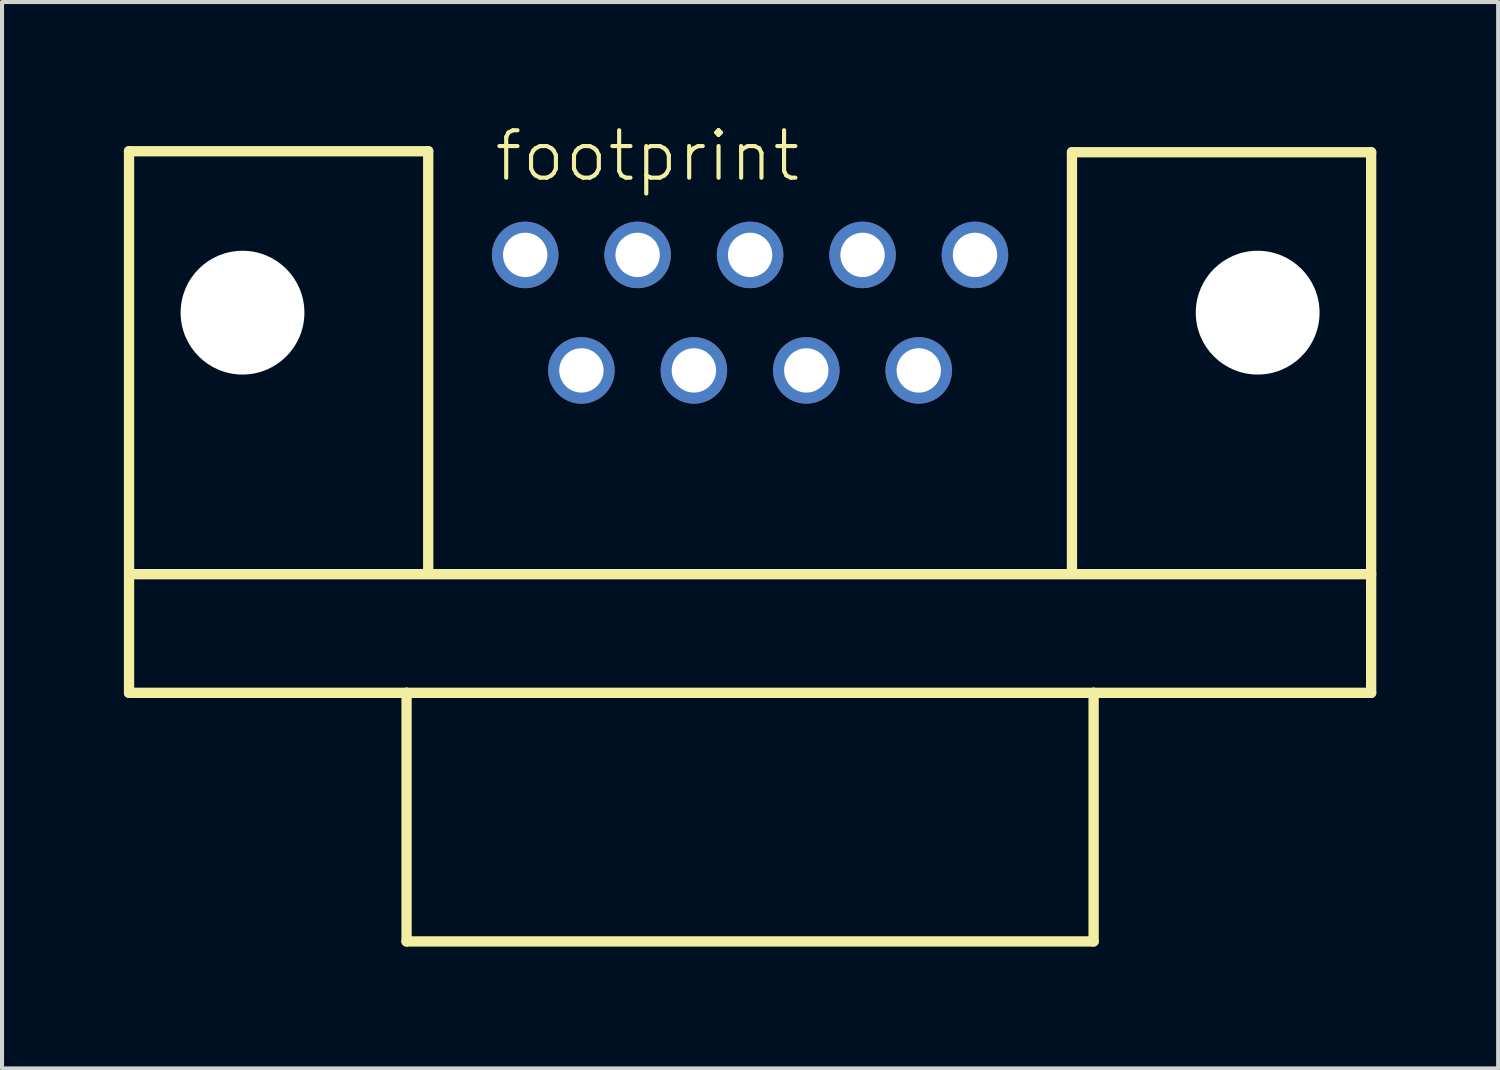
<source format=kicad_pcb>
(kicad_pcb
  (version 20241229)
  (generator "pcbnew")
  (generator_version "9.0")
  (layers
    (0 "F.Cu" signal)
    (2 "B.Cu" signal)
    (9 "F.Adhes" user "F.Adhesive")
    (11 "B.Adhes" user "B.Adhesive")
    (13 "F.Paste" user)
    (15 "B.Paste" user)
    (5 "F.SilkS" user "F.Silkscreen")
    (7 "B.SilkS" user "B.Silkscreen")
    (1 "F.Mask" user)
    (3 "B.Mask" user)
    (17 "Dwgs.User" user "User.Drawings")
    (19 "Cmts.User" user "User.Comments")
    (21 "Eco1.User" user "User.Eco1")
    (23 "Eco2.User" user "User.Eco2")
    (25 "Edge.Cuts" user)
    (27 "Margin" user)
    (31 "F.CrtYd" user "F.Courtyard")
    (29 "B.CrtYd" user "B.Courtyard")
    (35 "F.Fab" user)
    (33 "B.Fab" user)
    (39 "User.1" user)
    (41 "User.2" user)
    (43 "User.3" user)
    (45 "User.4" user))
  (footprint "footprint"
    (layer "F.Cu")
    (at 15.418 4.648)
    (property "Reference" "footprint" (at -6.35 -3.175 0) (layer "F.SilkS") (effects (font (size 1.168 1.168) (thickness 0.102)) (justify left bottom)))
    (fp_line (start -15.291 -3.975) (end -7.925 -3.975) (stroke (width 0.254) (type solid)) (layer "F.SilkS"))
    (fp_line (start -15.291 6.439) (end 15.291 6.439) (stroke (width 0.254) (type solid)) (layer "F.SilkS"))
    (fp_line (start -15.291 9.36) (end -15.291 -3.975) (stroke (width 0.254) (type solid)) (layer "F.SilkS"))
    (fp_line (start -8.458 9.36) (end -15.291 9.36) (stroke (width 0.254) (type solid)) (layer "F.SilkS"))
    (fp_line (start -8.458 9.36) (end 8.458 9.36) (stroke (width 0.254) (type solid)) (layer "F.SilkS"))
    (fp_line (start -8.458 15.481) (end -8.458 9.36) (stroke (width 0.254) (type solid)) (layer "F.SilkS"))
    (fp_line (start -7.925 -3.975) (end -7.925 6.299) (stroke (width 0.254) (type solid)) (layer "F.SilkS"))
    (fp_line (start 7.925 -3.95) (end 7.925 6.299) (stroke (width 0.254) (type solid)) (layer "F.SilkS"))
    (fp_line (start 8.458 9.36) (end 8.458 15.481) (stroke (width 0.254) (type solid)) (layer "F.SilkS"))
    (fp_line (start 8.458 15.481) (end -8.458 15.481) (stroke (width 0.254) (type solid)) (layer "F.SilkS"))
    (fp_line (start 15.291 -3.95) (end 7.925 -3.95) (stroke (width 0.254) (type solid)) (layer "F.SilkS"))
    (fp_line (start 15.291 -3.95) (end 15.291 9.36) (stroke (width 0.254) (type solid)) (layer "F.SilkS"))
    (fp_line (start 15.291 9.36) (end 8.458 9.36) (stroke (width 0.254) (type solid)) (layer "F.SilkS"))
    (pad "" np_thru_hole circle (at -12.497 0) (size 3.048 3.048) (drill 3.048) (layers "*.Cu" "*.Mask"))
    (pad "" np_thru_hole circle (at 12.497 0) (size 3.048 3.048) (drill 3.048) (layers "*.Cu" "*.Mask"))
    (pad "1" thru_hole circle (at -5.537 -1.422) (size 1.638 1.638) (drill 1.092) (layers "*.Cu" "*.Mask"))
    (pad "2" thru_hole circle (at -2.769 -1.422) (size 1.638 1.638) (drill 1.092) (layers "*.Cu" "*.Mask"))
    (pad "3" thru_hole circle (at 0 -1.422) (size 1.638 1.638) (drill 1.092) (layers "*.Cu" "*.Mask"))
    (pad "4" thru_hole circle (at 2.769 -1.422) (size 1.638 1.638) (drill 1.092) (layers "*.Cu" "*.Mask"))
    (pad "5" thru_hole circle (at 5.537 -1.422) (size 1.638 1.638) (drill 1.092) (layers "*.Cu" "*.Mask"))
    (pad "6" thru_hole circle (at -4.153 1.422) (size 1.638 1.638) (drill 1.092) (layers "*.Cu" "*.Mask"))
    (pad "7" thru_hole circle (at -1.384 1.422) (size 1.638 1.638) (drill 1.092) (layers "*.Cu" "*.Mask"))
    (pad "8" thru_hole circle (at 1.384 1.422) (size 1.638 1.638) (drill 1.092) (layers "*.Cu" "*.Mask"))
    (pad "9" thru_hole circle (at 4.153 1.422) (size 1.638 1.638) (drill 1.092) (layers "*.Cu" "*.Mask")))
  (gr_rect
    (start -3 -3)
    (end 33.836 23.256)
    (stroke (width 0.1) (type default))
    (fill no)
    (layer "Edge.Cuts")))
</source>
